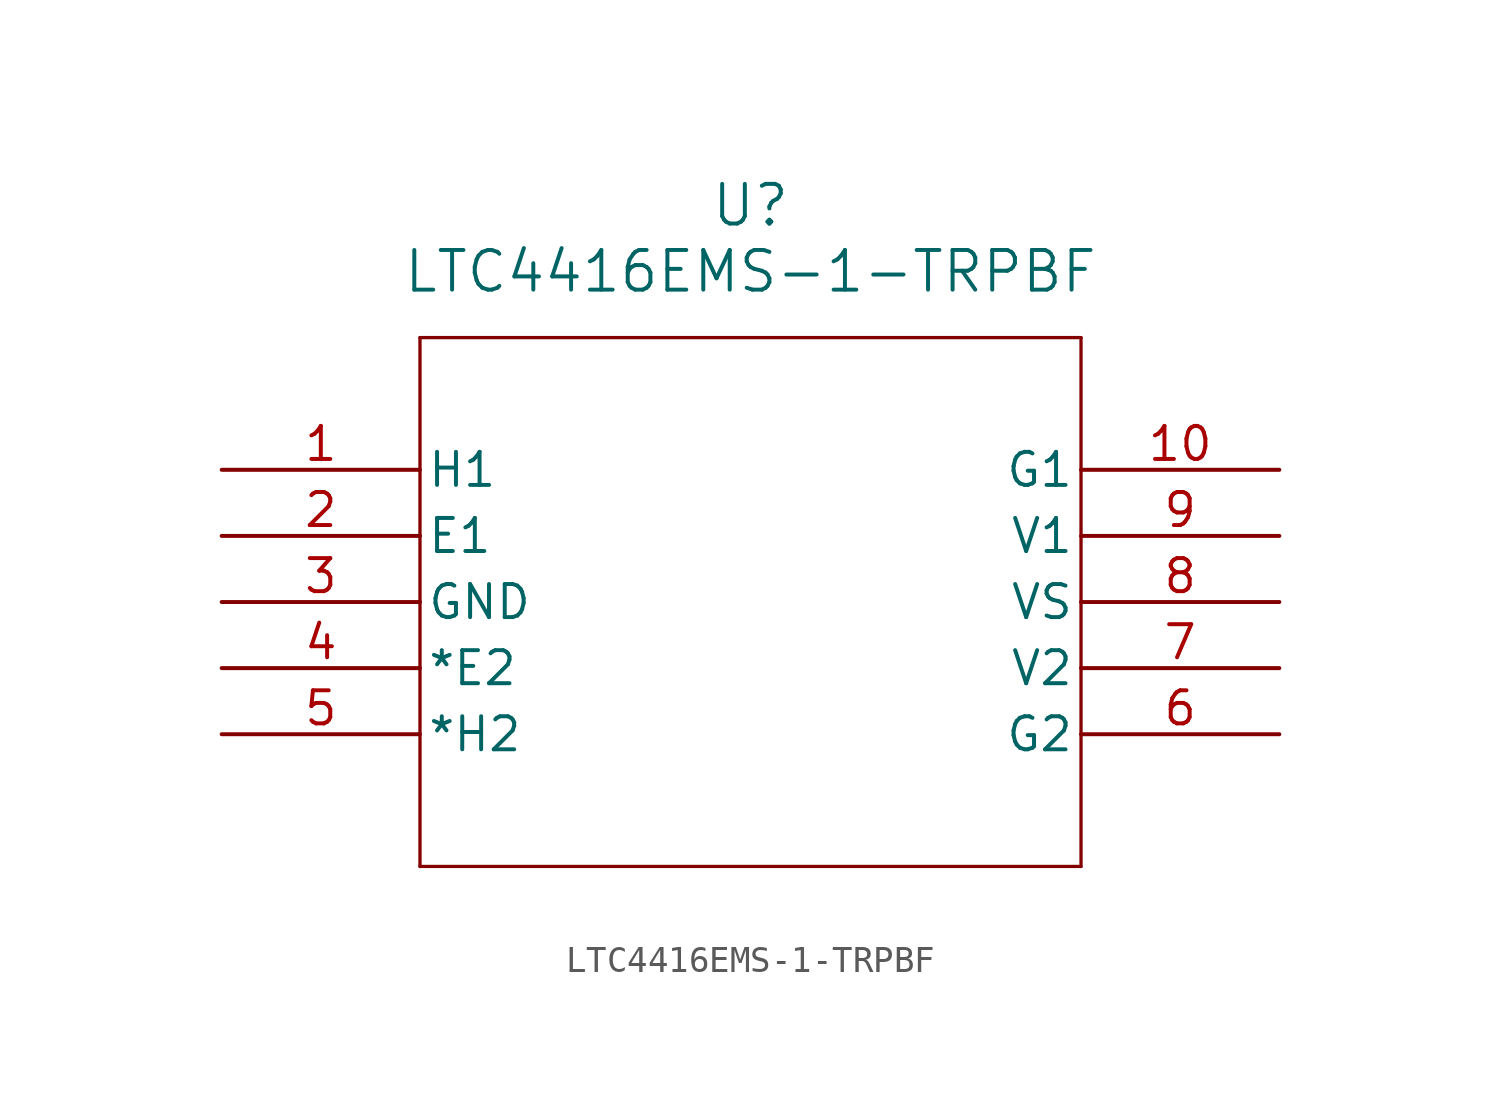
<source format=kicad_sym>
(kicad_symbol_lib
  (version 20211014)
  (generator kicad_symbol_editor)
  (symbol "LTC4416EMS-1-TRPBF"
    (pin_names
      (offset 0.254))
    (property "Reference" "U"
      (at 20.32 10.16 0)
      (effects (font (size 1.524 1.524))))
    (property "Value" "LTC4416EMS-1-TRPBF"
      (at 20.32 7.62 0)
      (effects (font (size 1.524 1.524))))
    (symbol "LTC4416EMS-1-TRPBF_0_1"
      (polyline (pts (xy 7.62 5.08) (xy 7.62 -15.24)) (stroke (width .127) (type default) (color 0 0 0 0)) (fill (type none)))
      (polyline (pts (xy 7.62 -15.24) (xy 33.02 -15.24)) (stroke (width .127) (type default) (color 0 0 0 0)) (fill (type none)))
      (polyline (pts (xy 33.02 -15.24) (xy 33.02 5.08)) (stroke (width .127) (type default) (color 0 0 0 0)) (fill (type none)))
      (polyline (pts (xy 33.02 5.08) (xy 7.62 5.08)) (stroke (width .127) (type default) (color 0 0 0 0)) (fill (type none)))
      (pin output line (at 0 0 0) (length 7.62) (name "H1" (effects (font (size 1.27 1.27)))) (number "1" (effects (font (size 1.27 1.27)))))
      (pin input line (at 0 -2.54 0) (length 7.62) (name "E1" (effects (font (size 1.27 1.27)))) (number "2" (effects (font (size 1.27 1.27)))))
      (pin power_in line (at 0 -5.08 0) (length 7.62) (name "GND" (effects (font (size 1.27 1.27)))) (number "3" (effects (font (size 1.27 1.27)))))
      (pin input line (at 0 -7.62 0) (length 7.62) (name "*E2" (effects (font (size 1.27 1.27)))) (number "4" (effects (font (size 1.27 1.27)))))
      (pin input line (at 0 -10.16 0) (length 7.62) (name "*H2" (effects (font (size 1.27 1.27)))) (number "5" (effects (font (size 1.27 1.27)))))
      (pin unspecified line (at 40.64 -10.16 180) (length 7.62) (name "G2" (effects (font (size 1.27 1.27)))) (number "6" (effects (font (size 1.27 1.27)))))
      (pin input line (at 40.64 -7.62 180) (length 7.62) (name "V2" (effects (font (size 1.27 1.27)))) (number "7" (effects (font (size 1.27 1.27)))))
      (pin input line (at 40.64 -5.08 180) (length 7.62) (name "VS" (effects (font (size 1.27 1.27)))) (number "8" (effects (font (size 1.27 1.27)))))
      (pin input line (at 40.64 -2.54 180) (length 7.62) (name "V1" (effects (font (size 1.27 1.27)))) (number "9" (effects (font (size 1.27 1.27)))))
      (pin unspecified line (at 40.64 0 180) (length 7.62) (name "G1" (effects (font (size 1.27 1.27)))) (number "10" (effects (font (size 1.27 1.27))))))))
</source>
